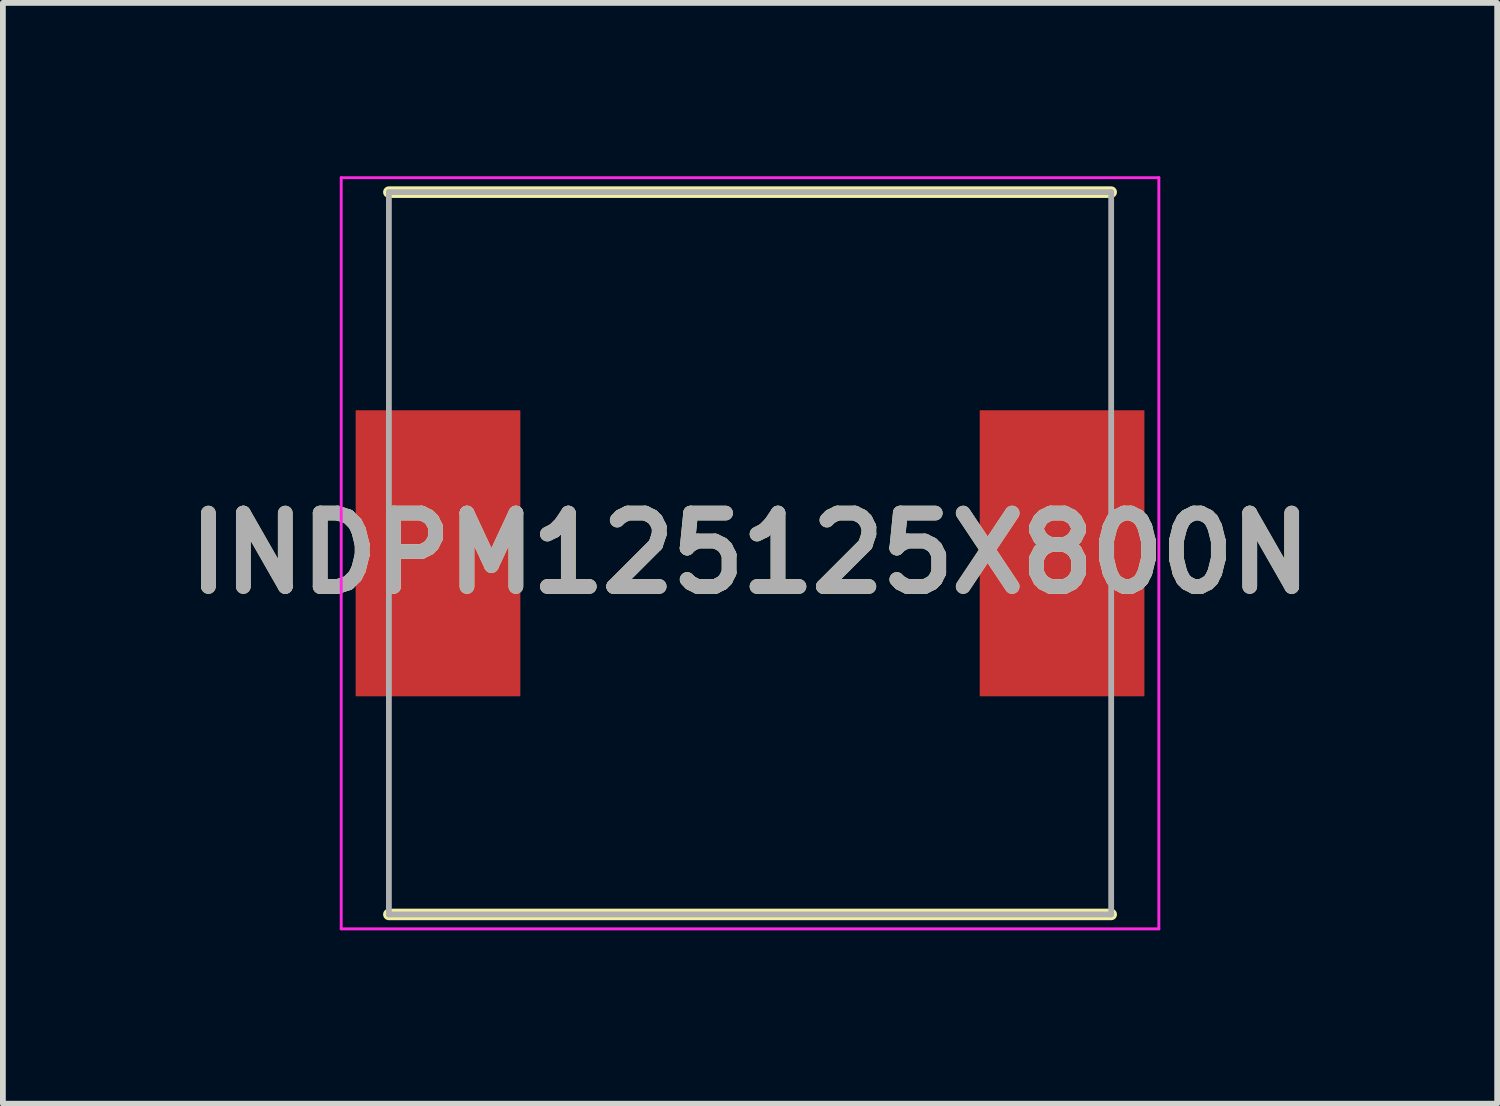
<source format=kicad_pcb>
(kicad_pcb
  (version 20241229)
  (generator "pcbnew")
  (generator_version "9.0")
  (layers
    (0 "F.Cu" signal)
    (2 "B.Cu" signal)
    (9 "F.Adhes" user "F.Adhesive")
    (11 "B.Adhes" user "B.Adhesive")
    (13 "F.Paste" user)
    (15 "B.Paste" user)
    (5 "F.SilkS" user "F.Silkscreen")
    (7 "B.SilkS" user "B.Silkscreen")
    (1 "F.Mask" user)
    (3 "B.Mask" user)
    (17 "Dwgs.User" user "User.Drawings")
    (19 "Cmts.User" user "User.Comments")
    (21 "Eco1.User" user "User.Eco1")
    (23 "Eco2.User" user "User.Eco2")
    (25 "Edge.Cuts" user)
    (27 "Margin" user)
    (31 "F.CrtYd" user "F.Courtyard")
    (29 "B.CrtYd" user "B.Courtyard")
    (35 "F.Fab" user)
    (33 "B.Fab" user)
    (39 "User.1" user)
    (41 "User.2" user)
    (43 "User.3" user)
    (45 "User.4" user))
  (footprint "INDPM125125X800N"
    (layer "F.Cu")
    (at 9.93 6.525)
    (property "Reference" "INDPM125125X800N" (at 0 0 0) (layer "F.SilkS") (effects (font (size 1.27 1.27) (thickness 0.254))))
    (attr smd)
    (fp_line (start -6.25 6.25) (end 6.25 6.25) (stroke (width 0.2) (type solid)) (layer "F.SilkS"))
    (fp_line (start 6.25 -6.25) (end -6.25 -6.25) (stroke (width 0.2) (type solid)) (layer "F.SilkS"))
    (fp_line (start -7.075 -6.5) (end 7.075 -6.5) (stroke (width 0.05) (type solid)) (layer "F.CrtYd"))
    (fp_line (start -7.075 6.5) (end -7.075 -6.5) (stroke (width 0.05) (type solid)) (layer "F.CrtYd"))
    (fp_line (start 7.075 -6.5) (end 7.075 6.5) (stroke (width 0.05) (type solid)) (layer "F.CrtYd"))
    (fp_line (start 7.075 6.5) (end -7.075 6.5) (stroke (width 0.05) (type solid)) (layer "F.CrtYd"))
    (fp_line (start -6.25 -6.25) (end 6.25 -6.25) (stroke (width 0.1) (type solid)) (layer "F.Fab"))
    (fp_line (start -6.25 6.25) (end -6.25 -6.25) (stroke (width 0.1) (type solid)) (layer "F.Fab"))
    (fp_line (start 6.25 -6.25) (end 6.25 6.25) (stroke (width 0.1) (type solid)) (layer "F.Fab"))
    (fp_line (start 6.25 6.25) (end -6.25 6.25) (stroke (width 0.1) (type solid)) (layer "F.Fab"))
    (fp_text user "${REFERENCE}" (at 0 0 0) (layer "F.Fab") (effects (font (size 1.27 1.27) (thickness 0.254))))
    (pad "1" smd rect (at -5.4 0) (size 2.85 4.95) (layers "F.Cu" "F.Mask" "F.Paste"))
    (pad "2" smd rect (at 5.4 0) (size 2.85 4.95) (layers "F.Cu" "F.Mask" "F.Paste")))
  (gr_rect
    (start -3 -3)
    (end 22.86 16.05)
    (stroke (width 0.1) (type default))
    (fill no)
    (layer "Edge.Cuts")))
</source>
